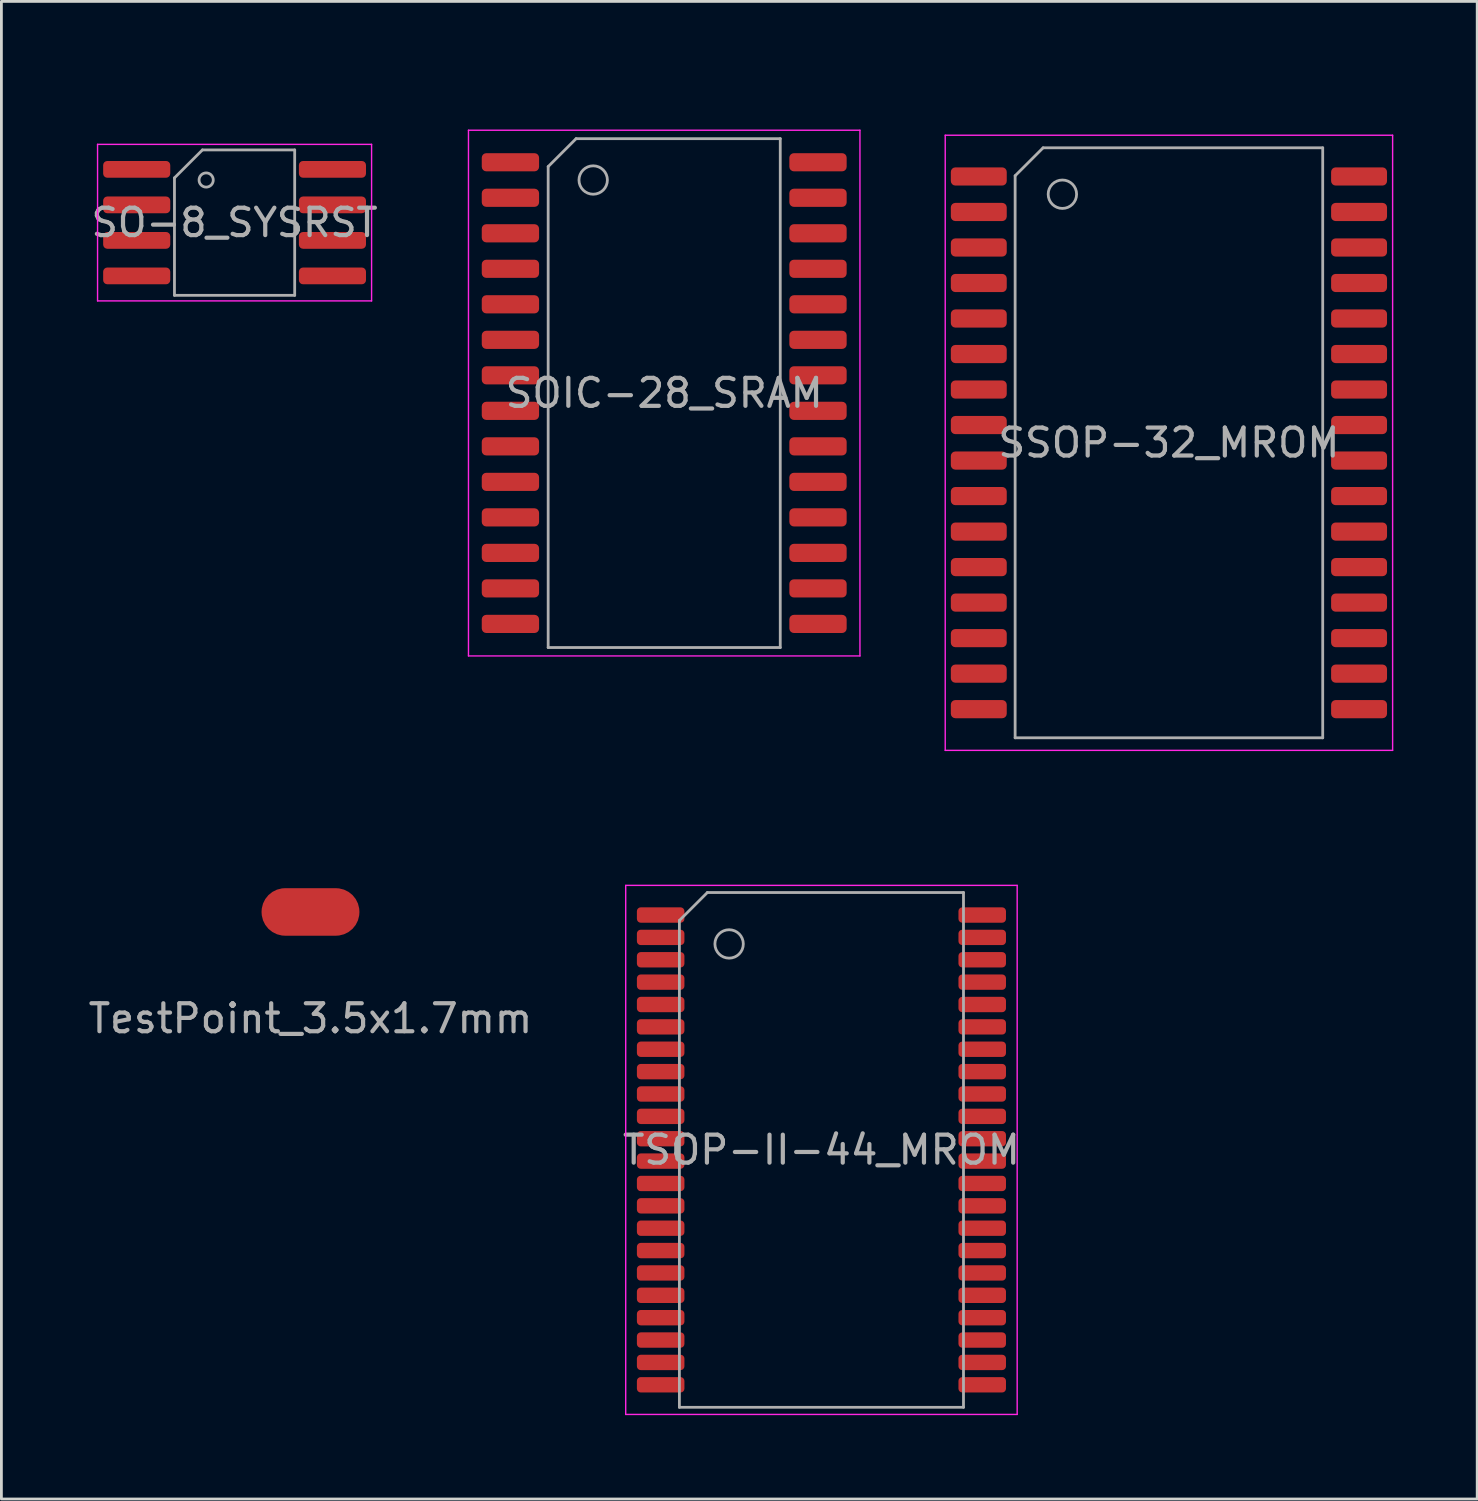
<source format=kicad_pcb>
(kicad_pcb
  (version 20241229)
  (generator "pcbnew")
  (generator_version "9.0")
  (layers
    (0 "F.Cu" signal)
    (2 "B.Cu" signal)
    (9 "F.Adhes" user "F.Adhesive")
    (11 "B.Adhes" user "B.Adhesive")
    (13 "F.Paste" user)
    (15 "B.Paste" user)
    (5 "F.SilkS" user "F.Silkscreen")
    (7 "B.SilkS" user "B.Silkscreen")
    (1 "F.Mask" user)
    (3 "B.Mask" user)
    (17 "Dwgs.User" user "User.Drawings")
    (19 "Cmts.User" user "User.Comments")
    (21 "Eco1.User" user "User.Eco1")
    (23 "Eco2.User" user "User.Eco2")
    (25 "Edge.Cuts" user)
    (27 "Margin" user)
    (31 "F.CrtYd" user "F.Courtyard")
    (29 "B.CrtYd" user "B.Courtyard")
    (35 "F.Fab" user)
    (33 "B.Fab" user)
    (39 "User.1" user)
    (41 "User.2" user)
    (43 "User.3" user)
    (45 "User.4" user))
  (footprint "SSOP-32_MROM"
    (layer "F.Cu")
    (at 38.754 12.786)
    (property "Reference" "SSOP-32_MROM" (at 0 -11.938 0) (layer "F.Mask") (effects (font (size 1 1) (thickness 0.15))))
    (attr smd)
    (fp_line (start -8 -11) (end -8 11) (stroke (width 0.05) (type solid)) (layer "F.CrtYd"))
    (fp_line (start -8 11) (end 8 11) (stroke (width 0.05) (type solid)) (layer "F.CrtYd"))
    (fp_line (start 8 -11) (end -8 -11) (stroke (width 0.05) (type solid)) (layer "F.CrtYd"))
    (fp_line (start 8 11) (end 8 -11) (stroke (width 0.05) (type solid)) (layer "F.CrtYd"))
    (fp_line (start -5.5 -9.55) (end -5.5 10.55) (stroke (width 0.1) (type solid)) (layer "F.Fab"))
    (fp_line (start -5.5 -9.55) (end -4.5 -10.55) (stroke (width 0.1) (type solid)) (layer "F.Fab"))
    (fp_line (start -5.5 10.55) (end 5.5 10.55) (stroke (width 0.1) (type solid)) (layer "F.Fab"))
    (fp_line (start -4.5 -10.55) (end 5.5 -10.55) (stroke (width 0.1) (type solid)) (layer "F.Fab"))
    (fp_line (start 5.5 -10.55) (end 5.5 10.55) (stroke (width 0.1) (type solid)) (layer "F.Fab"))
    (fp_circle (center -3.81 -8.89) (end -3.302 -8.89) (stroke (width 0.1) (type solid)) (fill no) (layer "F.Fab"))
    (fp_text user "${REFERENCE}" (at 0 0 0) (layer "F.Fab") (effects (font (size 1 1) (thickness 0.15))))
    (pad "1" smd roundrect (at -6.8 -9.525) (size 2 0.65) (layers "F.Cu" "F.Mask" "F.Paste") (roundrect_rratio 0.25))
    (pad "2" smd roundrect (at -6.8 -8.255) (size 2 0.65) (layers "F.Cu" "F.Mask" "F.Paste") (roundrect_rratio 0.25))
    (pad "3" smd roundrect (at -6.8 -6.985) (size 2 0.65) (layers "F.Cu" "F.Mask" "F.Paste") (roundrect_rratio 0.25))
    (pad "4" smd roundrect (at -6.8 -5.715) (size 2 0.65) (layers "F.Cu" "F.Mask" "F.Paste") (roundrect_rratio 0.25))
    (pad "5" smd roundrect (at -6.8 -4.445) (size 2 0.65) (layers "F.Cu" "F.Mask" "F.Paste") (roundrect_rratio 0.25))
    (pad "6" smd roundrect (at -6.8 -3.175) (size 2 0.65) (layers "F.Cu" "F.Mask" "F.Paste") (roundrect_rratio 0.25))
    (pad "7" smd roundrect (at -6.8 -1.905) (size 2 0.65) (layers "F.Cu" "F.Mask" "F.Paste") (roundrect_rratio 0.25))
    (pad "8" smd roundrect (at -6.8 -0.635) (size 2 0.65) (layers "F.Cu" "F.Mask" "F.Paste") (roundrect_rratio 0.25))
    (pad "9" smd roundrect (at -6.8 0.635) (size 2 0.65) (layers "F.Cu" "F.Mask" "F.Paste") (roundrect_rratio 0.25))
    (pad "10" smd roundrect (at -6.8 1.905) (size 2 0.65) (layers "F.Cu" "F.Mask" "F.Paste") (roundrect_rratio 0.25))
    (pad "11" smd roundrect (at -6.8 3.175) (size 2 0.65) (layers "F.Cu" "F.Mask" "F.Paste") (roundrect_rratio 0.25))
    (pad "12" smd roundrect (at -6.8 4.445) (size 2 0.65) (layers "F.Cu" "F.Mask" "F.Paste") (roundrect_rratio 0.25))
    (pad "13" smd roundrect (at -6.8 5.715) (size 2 0.65) (layers "F.Cu" "F.Mask" "F.Paste") (roundrect_rratio 0.25))
    (pad "14" smd roundrect (at -6.8 6.985) (size 2 0.65) (layers "F.Cu" "F.Mask" "F.Paste") (roundrect_rratio 0.25))
    (pad "15" smd roundrect (at -6.8 8.255) (size 2 0.65) (layers "F.Cu" "F.Mask" "F.Paste") (roundrect_rratio 0.25))
    (pad "16" smd roundrect (at -6.8 9.525) (size 2 0.65) (layers "F.Cu" "F.Mask" "F.Paste") (roundrect_rratio 0.25))
    (pad "17" smd roundrect (at 6.8 9.525) (size 2 0.65) (layers "F.Cu" "F.Mask" "F.Paste") (roundrect_rratio 0.25))
    (pad "18" smd roundrect (at 6.8 8.255) (size 2 0.65) (layers "F.Cu" "F.Mask" "F.Paste") (roundrect_rratio 0.25))
    (pad "19" smd roundrect (at 6.8 6.985) (size 2 0.65) (layers "F.Cu" "F.Mask" "F.Paste") (roundrect_rratio 0.25))
    (pad "20" smd roundrect (at 6.8 5.715) (size 2 0.65) (layers "F.Cu" "F.Mask" "F.Paste") (roundrect_rratio 0.25))
    (pad "21" smd roundrect (at 6.8 4.445) (size 2 0.65) (layers "F.Cu" "F.Mask" "F.Paste") (roundrect_rratio 0.25))
    (pad "22" smd roundrect (at 6.8 3.175) (size 2 0.65) (layers "F.Cu" "F.Mask" "F.Paste") (roundrect_rratio 0.25))
    (pad "23" smd roundrect (at 6.8 1.905) (size 2 0.65) (layers "F.Cu" "F.Mask" "F.Paste") (roundrect_rratio 0.25))
    (pad "24" smd roundrect (at 6.8 0.635) (size 2 0.65) (layers "F.Cu" "F.Mask" "F.Paste") (roundrect_rratio 0.25))
    (pad "25" smd roundrect (at 6.8 -0.635) (size 2 0.65) (layers "F.Cu" "F.Mask" "F.Paste") (roundrect_rratio 0.25))
    (pad "26" smd roundrect (at 6.8 -1.905) (size 2 0.65) (layers "F.Cu" "F.Mask" "F.Paste") (roundrect_rratio 0.25))
    (pad "27" smd roundrect (at 6.8 -3.175) (size 2 0.65) (layers "F.Cu" "F.Mask" "F.Paste") (roundrect_rratio 0.25))
    (pad "28" smd roundrect (at 6.8 -4.445) (size 2 0.65) (layers "F.Cu" "F.Mask" "F.Paste") (roundrect_rratio 0.25))
    (pad "29" smd roundrect (at 6.8 -5.715) (size 2 0.65) (layers "F.Cu" "F.Mask" "F.Paste") (roundrect_rratio 0.25))
    (pad "30" smd roundrect (at 6.8 -6.985) (size 2 0.65) (layers "F.Cu" "F.Mask" "F.Paste") (roundrect_rratio 0.25))
    (pad "31" smd roundrect (at 6.8 -8.255) (size 2 0.65) (layers "F.Cu" "F.Mask" "F.Paste") (roundrect_rratio 0.25))
    (pad "32" smd roundrect (at 6.8 -9.525) (size 2 0.65) (layers "F.Cu" "F.Mask" "F.Paste") (roundrect_rratio 0.25)))
  (footprint "TSOP-II-44_MROM"
    (layer "F.Cu")
    (at 26.327 38.074)
    (property "Reference" "TSOP-II-44_MROM" (at 0 -10.414 0) (layer "F.Mask") (effects (font (size 1 1) (thickness 0.15))))
    (attr smd)
    (fp_line (start -7 -9.46) (end -7 9.46) (stroke (width 0.05) (type solid)) (layer "F.CrtYd"))
    (fp_line (start -7 9.46) (end 7 9.46) (stroke (width 0.05) (type solid)) (layer "F.CrtYd"))
    (fp_line (start 7 -9.46) (end -7 -9.46) (stroke (width 0.05) (type solid)) (layer "F.CrtYd"))
    (fp_line (start 7 9.46) (end 7 -9.46) (stroke (width 0.05) (type solid)) (layer "F.CrtYd"))
    (fp_line (start -5.08 -8.205) (end -4.08 -9.205) (stroke (width 0.1) (type solid)) (layer "F.Fab"))
    (fp_line (start -5.08 9.205) (end -5.08 -8.205) (stroke (width 0.1) (type solid)) (layer "F.Fab"))
    (fp_line (start -4.08 -9.205) (end 5.08 -9.205) (stroke (width 0.1) (type solid)) (layer "F.Fab"))
    (fp_line (start 5.08 -9.205) (end 5.08 9.205) (stroke (width 0.1) (type solid)) (layer "F.Fab"))
    (fp_line (start 5.08 9.205) (end -5.08 9.205) (stroke (width 0.1) (type solid)) (layer "F.Fab"))
    (fp_circle (center -3.302 -7.366) (end -2.794 -7.366) (stroke (width 0.1) (type solid)) (fill no) (layer "F.Fab"))
    (fp_text user "${REFERENCE}" (at 0 0 0) (layer "F.Fab") (effects (font (size 1 1) (thickness 0.15))))
    (pad "1" smd roundrect (at -5.75 -8.4) (size 1.7 0.55) (layers "F.Cu" "F.Mask" "F.Paste") (roundrect_rratio 0.25))
    (pad "2" smd roundrect (at -5.75 -7.6) (size 1.7 0.55) (layers "F.Cu" "F.Mask" "F.Paste") (roundrect_rratio 0.25))
    (pad "3" smd roundrect (at -5.75 -6.8) (size 1.7 0.55) (layers "F.Cu" "F.Mask" "F.Paste") (roundrect_rratio 0.25))
    (pad "4" smd roundrect (at -5.75 -6) (size 1.7 0.55) (layers "F.Cu" "F.Mask" "F.Paste") (roundrect_rratio 0.25))
    (pad "5" smd roundrect (at -5.75 -5.2) (size 1.7 0.55) (layers "F.Cu" "F.Mask" "F.Paste") (roundrect_rratio 0.25))
    (pad "6" smd roundrect (at -5.75 -4.4) (size 1.7 0.55) (layers "F.Cu" "F.Mask" "F.Paste") (roundrect_rratio 0.25))
    (pad "7" smd roundrect (at -5.75 -3.6) (size 1.7 0.55) (layers "F.Cu" "F.Mask" "F.Paste") (roundrect_rratio 0.25))
    (pad "8" smd roundrect (at -5.75 -2.8) (size 1.7 0.55) (layers "F.Cu" "F.Mask" "F.Paste") (roundrect_rratio 0.25))
    (pad "9" smd roundrect (at -5.75 -2) (size 1.7 0.55) (layers "F.Cu" "F.Mask" "F.Paste") (roundrect_rratio 0.25))
    (pad "10" smd roundrect (at -5.75 -1.2) (size 1.7 0.55) (layers "F.Cu" "F.Mask" "F.Paste") (roundrect_rratio 0.25))
    (pad "11" smd roundrect (at -5.75 -0.4) (size 1.7 0.55) (layers "F.Cu" "F.Mask" "F.Paste") (roundrect_rratio 0.25))
    (pad "12" smd roundrect (at -5.75 0.4) (size 1.7 0.55) (layers "F.Cu" "F.Mask" "F.Paste") (roundrect_rratio 0.25))
    (pad "13" smd roundrect (at -5.75 1.2) (size 1.7 0.55) (layers "F.Cu" "F.Mask" "F.Paste") (roundrect_rratio 0.25))
    (pad "14" smd roundrect (at -5.75 2) (size 1.7 0.55) (layers "F.Cu" "F.Mask" "F.Paste") (roundrect_rratio 0.25))
    (pad "15" smd roundrect (at -5.75 2.8) (size 1.7 0.55) (layers "F.Cu" "F.Mask" "F.Paste") (roundrect_rratio 0.25))
    (pad "16" smd roundrect (at -5.75 3.6) (size 1.7 0.55) (layers "F.Cu" "F.Mask" "F.Paste") (roundrect_rratio 0.25))
    (pad "17" smd roundrect (at -5.75 4.4) (size 1.7 0.55) (layers "F.Cu" "F.Mask" "F.Paste") (roundrect_rratio 0.25))
    (pad "18" smd roundrect (at -5.75 5.2) (size 1.7 0.55) (layers "F.Cu" "F.Mask" "F.Paste") (roundrect_rratio 0.25))
    (pad "19" smd roundrect (at -5.75 6) (size 1.7 0.55) (layers "F.Cu" "F.Mask" "F.Paste") (roundrect_rratio 0.25))
    (pad "20" smd roundrect (at -5.75 6.8) (size 1.7 0.55) (layers "F.Cu" "F.Mask" "F.Paste") (roundrect_rratio 0.25))
    (pad "21" smd roundrect (at -5.75 7.6) (size 1.7 0.55) (layers "F.Cu" "F.Mask" "F.Paste") (roundrect_rratio 0.25))
    (pad "22" smd roundrect (at -5.75 8.4) (size 1.7 0.55) (layers "F.Cu" "F.Mask" "F.Paste") (roundrect_rratio 0.25))
    (pad "23" smd roundrect (at 5.75 8.4) (size 1.7 0.55) (layers "F.Cu" "F.Mask" "F.Paste") (roundrect_rratio 0.25))
    (pad "24" smd roundrect (at 5.75 7.6) (size 1.7 0.55) (layers "F.Cu" "F.Mask" "F.Paste") (roundrect_rratio 0.25))
    (pad "25" smd roundrect (at 5.75 6.8) (size 1.7 0.55) (layers "F.Cu" "F.Mask" "F.Paste") (roundrect_rratio 0.25))
    (pad "26" smd roundrect (at 5.75 6) (size 1.7 0.55) (layers "F.Cu" "F.Mask" "F.Paste") (roundrect_rratio 0.25))
    (pad "27" smd roundrect (at 5.75 5.2) (size 1.7 0.55) (layers "F.Cu" "F.Mask" "F.Paste") (roundrect_rratio 0.25))
    (pad "28" smd roundrect (at 5.75 4.4) (size 1.7 0.55) (layers "F.Cu" "F.Mask" "F.Paste") (roundrect_rratio 0.25))
    (pad "29" smd roundrect (at 5.75 3.6) (size 1.7 0.55) (layers "F.Cu" "F.Mask" "F.Paste") (roundrect_rratio 0.25))
    (pad "30" smd roundrect (at 5.75 2.8) (size 1.7 0.55) (layers "F.Cu" "F.Mask" "F.Paste") (roundrect_rratio 0.25))
    (pad "31" smd roundrect (at 5.75 2) (size 1.7 0.55) (layers "F.Cu" "F.Mask" "F.Paste") (roundrect_rratio 0.25))
    (pad "32" smd roundrect (at 5.75 1.2) (size 1.7 0.55) (layers "F.Cu" "F.Mask" "F.Paste") (roundrect_rratio 0.25))
    (pad "33" smd roundrect (at 5.75 0.4) (size 1.7 0.55) (layers "F.Cu" "F.Mask" "F.Paste") (roundrect_rratio 0.25))
    (pad "34" smd roundrect (at 5.75 -0.4) (size 1.7 0.55) (layers "F.Cu" "F.Mask" "F.Paste") (roundrect_rratio 0.25))
    (pad "35" smd roundrect (at 5.75 -1.2) (size 1.7 0.55) (layers "F.Cu" "F.Mask" "F.Paste") (roundrect_rratio 0.25))
    (pad "36" smd roundrect (at 5.75 -2) (size 1.7 0.55) (layers "F.Cu" "F.Mask" "F.Paste") (roundrect_rratio 0.25))
    (pad "37" smd roundrect (at 5.75 -2.8) (size 1.7 0.55) (layers "F.Cu" "F.Mask" "F.Paste") (roundrect_rratio 0.25))
    (pad "38" smd roundrect (at 5.75 -3.6) (size 1.7 0.55) (layers "F.Cu" "F.Mask" "F.Paste") (roundrect_rratio 0.25))
    (pad "39" smd roundrect (at 5.75 -4.4) (size 1.7 0.55) (layers "F.Cu" "F.Mask" "F.Paste") (roundrect_rratio 0.25))
    (pad "40" smd roundrect (at 5.75 -5.2) (size 1.7 0.55) (layers "F.Cu" "F.Mask" "F.Paste") (roundrect_rratio 0.25))
    (pad "41" smd roundrect (at 5.75 -6) (size 1.7 0.55) (layers "F.Cu" "F.Mask" "F.Paste") (roundrect_rratio 0.25))
    (pad "42" smd roundrect (at 5.75 -6.8) (size 1.7 0.55) (layers "F.Cu" "F.Mask" "F.Paste") (roundrect_rratio 0.25))
    (pad "43" smd roundrect (at 5.75 -7.6) (size 1.7 0.55) (layers "F.Cu" "F.Mask" "F.Paste") (roundrect_rratio 0.25))
    (pad "44" smd roundrect (at 5.75 -8.4) (size 1.7 0.55) (layers "F.Cu" "F.Mask" "F.Paste") (roundrect_rratio 0.25)))
  (footprint "SO-8_SYSRST"
    (layer "F.Cu")
    (at 5.339 4.912)
    (property "Reference" "SO-8_SYSRST" (at 0 -4.064 0) (layer "F.Mask") (effects (font (size 1 1) (thickness 0.15))))
    (attr smd)
    (fp_line (start -4.9 -2.8) (end -4.9 2.8) (stroke (width 0.05) (type solid)) (layer "F.CrtYd"))
    (fp_line (start -4.9 2.8) (end 4.9 2.8) (stroke (width 0.05) (type solid)) (layer "F.CrtYd"))
    (fp_line (start 4.9 -2.8) (end -4.9 -2.8) (stroke (width 0.05) (type solid)) (layer "F.CrtYd"))
    (fp_line (start 4.9 2.8) (end 4.9 -2.8) (stroke (width 0.05) (type solid)) (layer "F.CrtYd"))
    (fp_line (start -2.15 -1.6) (end -1.15 -2.6) (stroke (width 0.1) (type solid)) (layer "F.Fab"))
    (fp_line (start -2.15 2.6) (end -2.15 -1.6) (stroke (width 0.1) (type solid)) (layer "F.Fab"))
    (fp_line (start 2.15 -2.6) (end -1.15 -2.6) (stroke (width 0.1) (type solid)) (layer "F.Fab"))
    (fp_line (start 2.15 -2.6) (end 2.15 2.6) (stroke (width 0.1) (type solid)) (layer "F.Fab"))
    (fp_line (start 2.15 2.6) (end -2.15 2.6) (stroke (width 0.1) (type solid)) (layer "F.Fab"))
    (fp_circle (center -1.016 -1.524) (end -0.762 -1.524) (stroke (width 0.1) (type solid)) (fill no) (layer "F.Fab"))
    (fp_text user "${REFERENCE}" (at 0 0 0) (layer "F.Fab") (effects (font (size 0.98 0.98) (thickness 0.15))))
    (pad "1" smd roundrect (at -3.5 -1.905) (size 2.4 0.6) (layers "F.Cu" "F.Mask" "F.Paste") (roundrect_rratio 0.25))
    (pad "2" smd roundrect (at -3.5 -0.635) (size 2.4 0.6) (layers "F.Cu" "F.Mask" "F.Paste") (roundrect_rratio 0.25))
    (pad "3" smd roundrect (at -3.5 0.635) (size 2.4 0.6) (layers "F.Cu" "F.Mask" "F.Paste") (roundrect_rratio 0.25))
    (pad "4" smd roundrect (at -3.5 1.905) (size 2.4 0.6) (layers "F.Cu" "F.Mask" "F.Paste") (roundrect_rratio 0.25))
    (pad "5" smd roundrect (at 3.5 1.905) (size 2.4 0.6) (layers "F.Cu" "F.Mask" "F.Paste") (roundrect_rratio 0.25))
    (pad "6" smd roundrect (at 3.5 0.635) (size 2.4 0.6) (layers "F.Cu" "F.Mask" "F.Paste") (roundrect_rratio 0.25))
    (pad "7" smd roundrect (at 3.5 -0.635) (size 2.4 0.6) (layers "F.Cu" "F.Mask" "F.Paste") (roundrect_rratio 0.25))
    (pad "8" smd roundrect (at 3.5 -1.905) (size 2.4 0.6) (layers "F.Cu" "F.Mask" "F.Paste") (roundrect_rratio 0.25)))
  (footprint "SOIC-28_SRAM"
    (layer "F.Cu")
    (at 20.704 11.008)
    (property "Reference" "SOIC-28_SRAM" (at 0 -10.16 180) (layer "F.Mask") (effects (font (size 1 1) (thickness 0.15))))
    (attr smd)
    (fp_line (start -7 -9.4) (end -7 9.4) (stroke (width 0.05) (type solid)) (layer "F.CrtYd"))
    (fp_line (start -7 9.4) (end 7 9.4) (stroke (width 0.05) (type solid)) (layer "F.CrtYd"))
    (fp_line (start 7 -9.4) (end -7 -9.4) (stroke (width 0.05) (type solid)) (layer "F.CrtYd"))
    (fp_line (start 7 9.4) (end 7 -9.4) (stroke (width 0.05) (type solid)) (layer "F.CrtYd"))
    (fp_line (start -4.15 -8.1) (end -3.15 -9.1) (stroke (width 0.1) (type solid)) (layer "F.Fab"))
    (fp_line (start -4.15 9.1) (end -4.15 -8.1) (stroke (width 0.1) (type solid)) (layer "F.Fab"))
    (fp_line (start -3.15 -9.1) (end 4.15 -9.1) (stroke (width 0.1) (type solid)) (layer "F.Fab"))
    (fp_line (start 4.15 -9.1) (end 4.15 9.1) (stroke (width 0.1) (type solid)) (layer "F.Fab"))
    (fp_line (start 4.15 9.1) (end -4.15 9.1) (stroke (width 0.1) (type solid)) (layer "F.Fab"))
    (fp_circle (center -2.54 -7.62) (end -2.032 -7.62) (stroke (width 0.1) (type solid)) (fill no) (layer "F.Fab"))
    (fp_text user "${REFERENCE}" (at 0 0 0) (layer "F.Fab") (effects (font (size 1 1) (thickness 0.15))))
    (pad "1" smd roundrect (at -5.5 -8.255) (size 2.05 0.65) (layers "F.Cu" "F.Mask" "F.Paste") (roundrect_rratio 0.25))
    (pad "2" smd roundrect (at -5.5 -6.985) (size 2.05 0.65) (layers "F.Cu" "F.Mask" "F.Paste") (roundrect_rratio 0.25))
    (pad "3" smd roundrect (at -5.5 -5.715) (size 2.05 0.65) (layers "F.Cu" "F.Mask" "F.Paste") (roundrect_rratio 0.25))
    (pad "4" smd roundrect (at -5.5 -4.445) (size 2.05 0.65) (layers "F.Cu" "F.Mask" "F.Paste") (roundrect_rratio 0.25))
    (pad "5" smd roundrect (at -5.5 -3.175) (size 2.05 0.65) (layers "F.Cu" "F.Mask" "F.Paste") (roundrect_rratio 0.25))
    (pad "6" smd roundrect (at -5.5 -1.905) (size 2.05 0.65) (layers "F.Cu" "F.Mask" "F.Paste") (roundrect_rratio 0.25))
    (pad "7" smd roundrect (at -5.5 -0.635) (size 2.05 0.65) (layers "F.Cu" "F.Mask" "F.Paste") (roundrect_rratio 0.25))
    (pad "8" smd roundrect (at -5.5 0.635) (size 2.05 0.65) (layers "F.Cu" "F.Mask" "F.Paste") (roundrect_rratio 0.25))
    (pad "9" smd roundrect (at -5.5 1.905) (size 2.05 0.65) (layers "F.Cu" "F.Mask" "F.Paste") (roundrect_rratio 0.25))
    (pad "10" smd roundrect (at -5.5 3.175) (size 2.05 0.65) (layers "F.Cu" "F.Mask" "F.Paste") (roundrect_rratio 0.25))
    (pad "11" smd roundrect (at -5.5 4.445) (size 2.05 0.65) (layers "F.Cu" "F.Mask" "F.Paste") (roundrect_rratio 0.25))
    (pad "12" smd roundrect (at -5.5 5.715) (size 2.05 0.65) (layers "F.Cu" "F.Mask" "F.Paste") (roundrect_rratio 0.25))
    (pad "13" smd roundrect (at -5.5 6.985) (size 2.05 0.65) (layers "F.Cu" "F.Mask" "F.Paste") (roundrect_rratio 0.25))
    (pad "14" smd roundrect (at -5.5 8.255) (size 2.05 0.65) (layers "F.Cu" "F.Mask" "F.Paste") (roundrect_rratio 0.25))
    (pad "15" smd roundrect (at 5.5 8.255) (size 2.05 0.65) (layers "F.Cu" "F.Mask" "F.Paste") (roundrect_rratio 0.25))
    (pad "16" smd roundrect (at 5.5 6.985) (size 2.05 0.65) (layers "F.Cu" "F.Mask" "F.Paste") (roundrect_rratio 0.25))
    (pad "17" smd roundrect (at 5.5 5.715) (size 2.05 0.65) (layers "F.Cu" "F.Mask" "F.Paste") (roundrect_rratio 0.25))
    (pad "18" smd roundrect (at 5.5 4.445) (size 2.05 0.65) (layers "F.Cu" "F.Mask" "F.Paste") (roundrect_rratio 0.25))
    (pad "19" smd roundrect (at 5.5 3.175) (size 2.05 0.65) (layers "F.Cu" "F.Mask" "F.Paste") (roundrect_rratio 0.25))
    (pad "20" smd roundrect (at 5.5 1.905) (size 2.05 0.65) (layers "F.Cu" "F.Mask" "F.Paste") (roundrect_rratio 0.25))
    (pad "21" smd roundrect (at 5.5 0.635) (size 2.05 0.65) (layers "F.Cu" "F.Mask" "F.Paste") (roundrect_rratio 0.25))
    (pad "22" smd roundrect (at 5.5 -0.635) (size 2.05 0.65) (layers "F.Cu" "F.Mask" "F.Paste") (roundrect_rratio 0.25))
    (pad "23" smd roundrect (at 5.5 -1.905) (size 2.05 0.65) (layers "F.Cu" "F.Mask" "F.Paste") (roundrect_rratio 0.25))
    (pad "24" smd roundrect (at 5.5 -3.175) (size 2.05 0.65) (layers "F.Cu" "F.Mask" "F.Paste") (roundrect_rratio 0.25))
    (pad "25" smd roundrect (at 5.5 -4.445) (size 2.05 0.65) (layers "F.Cu" "F.Mask" "F.Paste") (roundrect_rratio 0.25))
    (pad "26" smd roundrect (at 5.5 -5.715) (size 2.05 0.65) (layers "F.Cu" "F.Mask" "F.Paste") (roundrect_rratio 0.25))
    (pad "27" smd roundrect (at 5.5 -6.985) (size 2.05 0.65) (layers "F.Cu" "F.Mask" "F.Paste") (roundrect_rratio 0.25))
    (pad "28" smd roundrect (at 5.5 -8.255) (size 2.05 0.65) (layers "F.Cu" "F.Mask" "F.Paste") (roundrect_rratio 0.25)))
  (footprint "TestPoint_3.5x1.7mm"
    (layer "F.Cu")
    (at 8.054 29.564)
    (property "Reference" "TestPoint_3.5x1.7mm" (at 0 -1.905 0) (unlocked yes) (layer "F.Mask") (effects (font (size 1 1) (thickness 0.15))))
    (attr smd)
    (fp_text user "${REFERENCE}" (at 0 3.81 0) (unlocked yes) (layer "F.Fab") (effects (font (size 1 1) (thickness 0.15))))
    (pad "1" smd roundrect (at 0 0) (size 3.5 1.7) (layers "F.Cu" "F.Mask") (roundrect_rratio 0.495)))
  (gr_rect
    (start -3 -3)
    (end 49.779 50.559)
    (stroke (width 0.1) (type default))
    (fill no)
    (layer "Edge.Cuts")))
</source>
